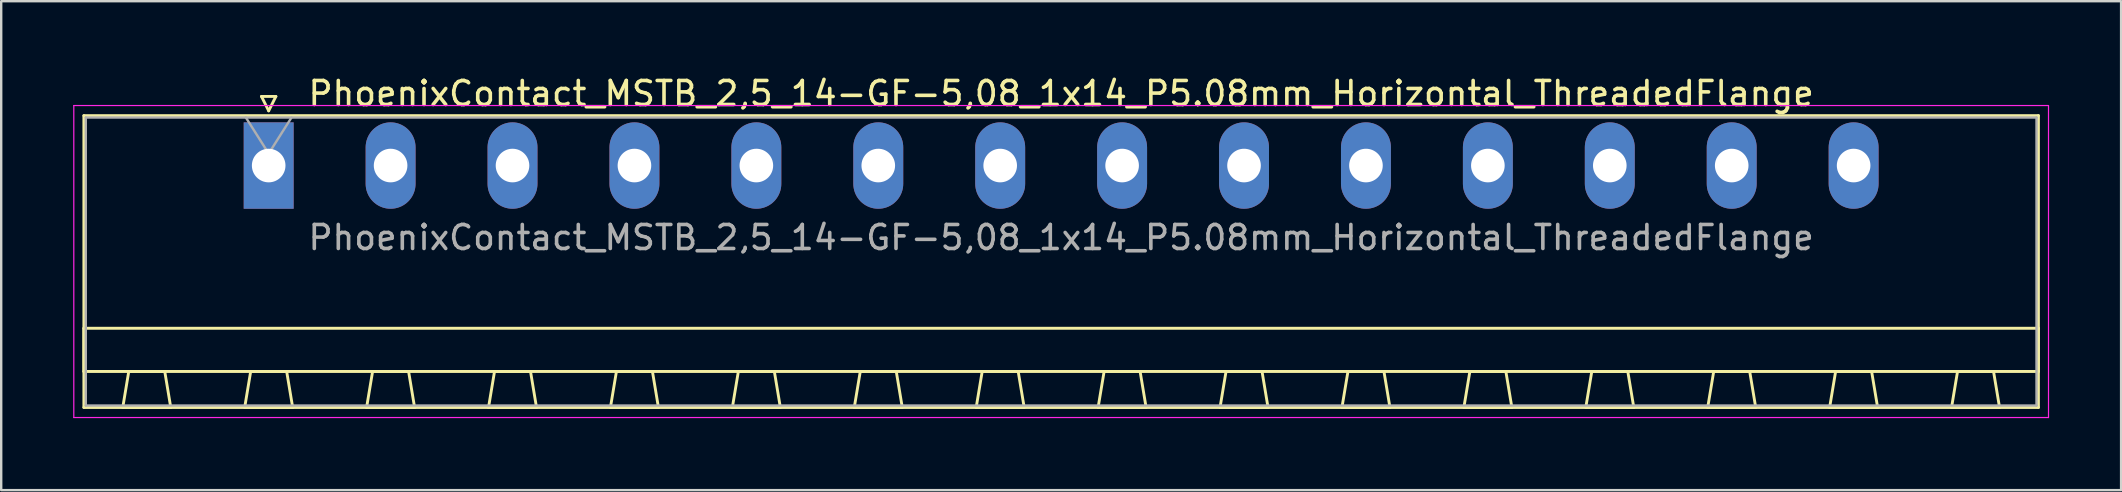
<source format=kicad_pcb>
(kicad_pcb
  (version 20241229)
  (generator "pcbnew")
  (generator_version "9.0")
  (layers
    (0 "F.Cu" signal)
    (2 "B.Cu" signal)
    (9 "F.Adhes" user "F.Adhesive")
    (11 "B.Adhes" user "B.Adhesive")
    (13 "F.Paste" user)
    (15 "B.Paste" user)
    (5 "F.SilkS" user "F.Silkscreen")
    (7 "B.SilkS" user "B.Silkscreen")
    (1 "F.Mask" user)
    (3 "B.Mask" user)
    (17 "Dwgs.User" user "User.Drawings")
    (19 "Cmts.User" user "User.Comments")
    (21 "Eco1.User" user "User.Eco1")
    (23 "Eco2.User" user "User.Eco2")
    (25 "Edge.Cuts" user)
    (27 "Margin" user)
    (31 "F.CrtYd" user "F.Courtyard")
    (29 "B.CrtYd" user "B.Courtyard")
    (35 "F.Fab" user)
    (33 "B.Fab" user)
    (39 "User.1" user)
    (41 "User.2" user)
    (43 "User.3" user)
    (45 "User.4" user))
  (footprint "PhoenixContact_MSTB_2,5_14-GF-5,08_1x14_P5.08mm_Horizontal_ThreadedFlange"
    (layer "F.Cu")
    (at 8.145 3.848)
    (property "Reference" "PhoenixContact_MSTB_2,5_14-GF-5,08_1x14_P5.08mm_Horizontal_ThreadedFlange" (at 33.02 -3 0) (layer "F.SilkS") (effects (font (size 1 1) (thickness 0.15))))
    (attr through_hole)
    (fp_line (start -7.7 -2.08) (end -7.7 10.08) (stroke (width 0.12) (type solid)) (layer "F.SilkS"))
    (fp_line (start -7.7 6.78) (end 73.74 6.78) (stroke (width 0.12) (type solid)) (layer "F.SilkS"))
    (fp_line (start -7.7 8.58) (end -7.7 6.78) (stroke (width 0.12) (type solid)) (layer "F.SilkS"))
    (fp_line (start -7.7 10.08) (end 73.74 10.08) (stroke (width 0.12) (type solid)) (layer "F.SilkS"))
    (fp_line (start -6.08 10.08) (end -4.08 10.08) (stroke (width 0.12) (type solid)) (layer "F.SilkS"))
    (fp_line (start -5.83 8.58) (end -6.08 10.08) (stroke (width 0.12) (type solid)) (layer "F.SilkS"))
    (fp_line (start -4.33 8.58) (end -5.83 8.58) (stroke (width 0.12) (type solid)) (layer "F.SilkS"))
    (fp_line (start -4.08 10.08) (end -4.33 8.58) (stroke (width 0.12) (type solid)) (layer "F.SilkS"))
    (fp_line (start -1 10.08) (end 1 10.08) (stroke (width 0.12) (type solid)) (layer "F.SilkS"))
    (fp_line (start -0.75 8.58) (end -1 10.08) (stroke (width 0.12) (type solid)) (layer "F.SilkS"))
    (fp_line (start -0.3 -2.88) (end 0.3 -2.88) (stroke (width 0.12) (type solid)) (layer "F.SilkS"))
    (fp_line (start 0 -2.28) (end -0.3 -2.88) (stroke (width 0.12) (type solid)) (layer "F.SilkS"))
    (fp_line (start 0.3 -2.88) (end 0 -2.28) (stroke (width 0.12) (type solid)) (layer "F.SilkS"))
    (fp_line (start 0.75 8.58) (end -0.75 8.58) (stroke (width 0.12) (type solid)) (layer "F.SilkS"))
    (fp_line (start 1 10.08) (end 0.75 8.58) (stroke (width 0.12) (type solid)) (layer "F.SilkS"))
    (fp_line (start 4.08 10.08) (end 6.08 10.08) (stroke (width 0.12) (type solid)) (layer "F.SilkS"))
    (fp_line (start 4.33 8.58) (end 4.08 10.08) (stroke (width 0.12) (type solid)) (layer "F.SilkS"))
    (fp_line (start 5.83 8.58) (end 4.33 8.58) (stroke (width 0.12) (type solid)) (layer "F.SilkS"))
    (fp_line (start 6.08 10.08) (end 5.83 8.58) (stroke (width 0.12) (type solid)) (layer "F.SilkS"))
    (fp_line (start 9.16 10.08) (end 11.16 10.08) (stroke (width 0.12) (type solid)) (layer "F.SilkS"))
    (fp_line (start 9.41 8.58) (end 9.16 10.08) (stroke (width 0.12) (type solid)) (layer "F.SilkS"))
    (fp_line (start 10.91 8.58) (end 9.41 8.58) (stroke (width 0.12) (type solid)) (layer "F.SilkS"))
    (fp_line (start 11.16 10.08) (end 10.91 8.58) (stroke (width 0.12) (type solid)) (layer "F.SilkS"))
    (fp_line (start 14.24 10.08) (end 16.24 10.08) (stroke (width 0.12) (type solid)) (layer "F.SilkS"))
    (fp_line (start 14.49 8.58) (end 14.24 10.08) (stroke (width 0.12) (type solid)) (layer "F.SilkS"))
    (fp_line (start 15.99 8.58) (end 14.49 8.58) (stroke (width 0.12) (type solid)) (layer "F.SilkS"))
    (fp_line (start 16.24 10.08) (end 15.99 8.58) (stroke (width 0.12) (type solid)) (layer "F.SilkS"))
    (fp_line (start 19.32 10.08) (end 21.32 10.08) (stroke (width 0.12) (type solid)) (layer "F.SilkS"))
    (fp_line (start 19.57 8.58) (end 19.32 10.08) (stroke (width 0.12) (type solid)) (layer "F.SilkS"))
    (fp_line (start 21.07 8.58) (end 19.57 8.58) (stroke (width 0.12) (type solid)) (layer "F.SilkS"))
    (fp_line (start 21.32 10.08) (end 21.07 8.58) (stroke (width 0.12) (type solid)) (layer "F.SilkS"))
    (fp_line (start 24.4 10.08) (end 26.4 10.08) (stroke (width 0.12) (type solid)) (layer "F.SilkS"))
    (fp_line (start 24.65 8.58) (end 24.4 10.08) (stroke (width 0.12) (type solid)) (layer "F.SilkS"))
    (fp_line (start 26.15 8.58) (end 24.65 8.58) (stroke (width 0.12) (type solid)) (layer "F.SilkS"))
    (fp_line (start 26.4 10.08) (end 26.15 8.58) (stroke (width 0.12) (type solid)) (layer "F.SilkS"))
    (fp_line (start 29.48 10.08) (end 31.48 10.08) (stroke (width 0.12) (type solid)) (layer "F.SilkS"))
    (fp_line (start 29.73 8.58) (end 29.48 10.08) (stroke (width 0.12) (type solid)) (layer "F.SilkS"))
    (fp_line (start 31.23 8.58) (end 29.73 8.58) (stroke (width 0.12) (type solid)) (layer "F.SilkS"))
    (fp_line (start 31.48 10.08) (end 31.23 8.58) (stroke (width 0.12) (type solid)) (layer "F.SilkS"))
    (fp_line (start 34.56 10.08) (end 36.56 10.08) (stroke (width 0.12) (type solid)) (layer "F.SilkS"))
    (fp_line (start 34.81 8.58) (end 34.56 10.08) (stroke (width 0.12) (type solid)) (layer "F.SilkS"))
    (fp_line (start 36.31 8.58) (end 34.81 8.58) (stroke (width 0.12) (type solid)) (layer "F.SilkS"))
    (fp_line (start 36.56 10.08) (end 36.31 8.58) (stroke (width 0.12) (type solid)) (layer "F.SilkS"))
    (fp_line (start 39.64 10.08) (end 41.64 10.08) (stroke (width 0.12) (type solid)) (layer "F.SilkS"))
    (fp_line (start 39.89 8.58) (end 39.64 10.08) (stroke (width 0.12) (type solid)) (layer "F.SilkS"))
    (fp_line (start 41.39 8.58) (end 39.89 8.58) (stroke (width 0.12) (type solid)) (layer "F.SilkS"))
    (fp_line (start 41.64 10.08) (end 41.39 8.58) (stroke (width 0.12) (type solid)) (layer "F.SilkS"))
    (fp_line (start 44.72 10.08) (end 46.72 10.08) (stroke (width 0.12) (type solid)) (layer "F.SilkS"))
    (fp_line (start 44.97 8.58) (end 44.72 10.08) (stroke (width 0.12) (type solid)) (layer "F.SilkS"))
    (fp_line (start 46.47 8.58) (end 44.97 8.58) (stroke (width 0.12) (type solid)) (layer "F.SilkS"))
    (fp_line (start 46.72 10.08) (end 46.47 8.58) (stroke (width 0.12) (type solid)) (layer "F.SilkS"))
    (fp_line (start 49.8 10.08) (end 51.8 10.08) (stroke (width 0.12) (type solid)) (layer "F.SilkS"))
    (fp_line (start 50.05 8.58) (end 49.8 10.08) (stroke (width 0.12) (type solid)) (layer "F.SilkS"))
    (fp_line (start 51.55 8.58) (end 50.05 8.58) (stroke (width 0.12) (type solid)) (layer "F.SilkS"))
    (fp_line (start 51.8 10.08) (end 51.55 8.58) (stroke (width 0.12) (type solid)) (layer "F.SilkS"))
    (fp_line (start 54.88 10.08) (end 56.88 10.08) (stroke (width 0.12) (type solid)) (layer "F.SilkS"))
    (fp_line (start 55.13 8.58) (end 54.88 10.08) (stroke (width 0.12) (type solid)) (layer "F.SilkS"))
    (fp_line (start 56.63 8.58) (end 55.13 8.58) (stroke (width 0.12) (type solid)) (layer "F.SilkS"))
    (fp_line (start 56.88 10.08) (end 56.63 8.58) (stroke (width 0.12) (type solid)) (layer "F.SilkS"))
    (fp_line (start 59.96 10.08) (end 61.96 10.08) (stroke (width 0.12) (type solid)) (layer "F.SilkS"))
    (fp_line (start 60.21 8.58) (end 59.96 10.08) (stroke (width 0.12) (type solid)) (layer "F.SilkS"))
    (fp_line (start 61.71 8.58) (end 60.21 8.58) (stroke (width 0.12) (type solid)) (layer "F.SilkS"))
    (fp_line (start 61.96 10.08) (end 61.71 8.58) (stroke (width 0.12) (type solid)) (layer "F.SilkS"))
    (fp_line (start 65.04 10.08) (end 67.04 10.08) (stroke (width 0.12) (type solid)) (layer "F.SilkS"))
    (fp_line (start 65.29 8.58) (end 65.04 10.08) (stroke (width 0.12) (type solid)) (layer "F.SilkS"))
    (fp_line (start 66.79 8.58) (end 65.29 8.58) (stroke (width 0.12) (type solid)) (layer "F.SilkS"))
    (fp_line (start 67.04 10.08) (end 66.79 8.58) (stroke (width 0.12) (type solid)) (layer "F.SilkS"))
    (fp_line (start 70.12 10.08) (end 72.12 10.08) (stroke (width 0.12) (type solid)) (layer "F.SilkS"))
    (fp_line (start 70.37 8.58) (end 70.12 10.08) (stroke (width 0.12) (type solid)) (layer "F.SilkS"))
    (fp_line (start 71.87 8.58) (end 70.37 8.58) (stroke (width 0.12) (type solid)) (layer "F.SilkS"))
    (fp_line (start 72.12 10.08) (end 71.87 8.58) (stroke (width 0.12) (type solid)) (layer "F.SilkS"))
    (fp_line (start 73.74 -2.08) (end -7.7 -2.08) (stroke (width 0.12) (type solid)) (layer "F.SilkS"))
    (fp_line (start 73.74 6.78) (end 73.74 8.58) (stroke (width 0.12) (type solid)) (layer "F.SilkS"))
    (fp_line (start 73.74 8.58) (end -7.7 8.58) (stroke (width 0.12) (type solid)) (layer "F.SilkS"))
    (fp_line (start 73.74 10.08) (end 73.74 -2.08) (stroke (width 0.12) (type solid)) (layer "F.SilkS"))
    (fp_line (start -8.12 -2.5) (end -8.12 10.5) (stroke (width 0.05) (type solid)) (layer "F.CrtYd"))
    (fp_line (start -8.12 10.5) (end 74.16 10.5) (stroke (width 0.05) (type solid)) (layer "F.CrtYd"))
    (fp_line (start 74.16 -2.5) (end -8.12 -2.5) (stroke (width 0.05) (type solid)) (layer "F.CrtYd"))
    (fp_line (start 74.16 10.5) (end 74.16 -2.5) (stroke (width 0.05) (type solid)) (layer "F.CrtYd"))
    (fp_line (start -7.62 -2) (end -7.62 10) (stroke (width 0.1) (type solid)) (layer "F.Fab"))
    (fp_line (start -7.62 10) (end 73.66 10) (stroke (width 0.1) (type solid)) (layer "F.Fab"))
    (fp_line (start 0 -0.5) (end -0.95 -2) (stroke (width 0.1) (type solid)) (layer "F.Fab"))
    (fp_line (start 0.95 -2) (end 0 -0.5) (stroke (width 0.1) (type solid)) (layer "F.Fab"))
    (fp_line (start 73.66 -2) (end -7.62 -2) (stroke (width 0.1) (type solid)) (layer "F.Fab"))
    (fp_line (start 73.66 10) (end 73.66 -2) (stroke (width 0.1) (type solid)) (layer "F.Fab"))
    (fp_text user "${REFERENCE}" (at 33.02 3 0) (layer "F.Fab") (effects (font (size 1 1) (thickness 0.15))))
    (pad "1" thru_hole rect (at 0 0) (size 2.08 3.6) (drill 1.4) (layers "*.Cu" "*.Mask"))
    (pad "2" thru_hole oval (at 5.08 0) (size 2.08 3.6) (drill 1.4) (layers "*.Cu" "*.Mask"))
    (pad "3" thru_hole oval (at 10.16 0) (size 2.08 3.6) (drill 1.4) (layers "*.Cu" "*.Mask"))
    (pad "4" thru_hole oval (at 15.24 0) (size 2.08 3.6) (drill 1.4) (layers "*.Cu" "*.Mask"))
    (pad "5" thru_hole oval (at 20.32 0) (size 2.08 3.6) (drill 1.4) (layers "*.Cu" "*.Mask"))
    (pad "6" thru_hole oval (at 25.4 0) (size 2.08 3.6) (drill 1.4) (layers "*.Cu" "*.Mask"))
    (pad "7" thru_hole oval (at 30.48 0) (size 2.08 3.6) (drill 1.4) (layers "*.Cu" "*.Mask"))
    (pad "8" thru_hole oval (at 35.56 0) (size 2.08 3.6) (drill 1.4) (layers "*.Cu" "*.Mask"))
    (pad "9" thru_hole oval (at 40.64 0) (size 2.08 3.6) (drill 1.4) (layers "*.Cu" "*.Mask"))
    (pad "10" thru_hole oval (at 45.72 0) (size 2.08 3.6) (drill 1.4) (layers "*.Cu" "*.Mask"))
    (pad "11" thru_hole oval (at 50.8 0) (size 2.08 3.6) (drill 1.4) (layers "*.Cu" "*.Mask"))
    (pad "12" thru_hole oval (at 55.88 0) (size 2.08 3.6) (drill 1.4) (layers "*.Cu" "*.Mask"))
    (pad "13" thru_hole oval (at 60.96 0) (size 2.08 3.6) (drill 1.4) (layers "*.Cu" "*.Mask"))
    (pad "14" thru_hole oval (at 66.04 0) (size 2.08 3.6) (drill 1.4) (layers "*.Cu" "*.Mask")))
  (gr_rect
    (start -3 -3)
    (end 85.33 17.373)
    (stroke (width 0.1) (type default))
    (fill no)
    (layer "Edge.Cuts")))
</source>
